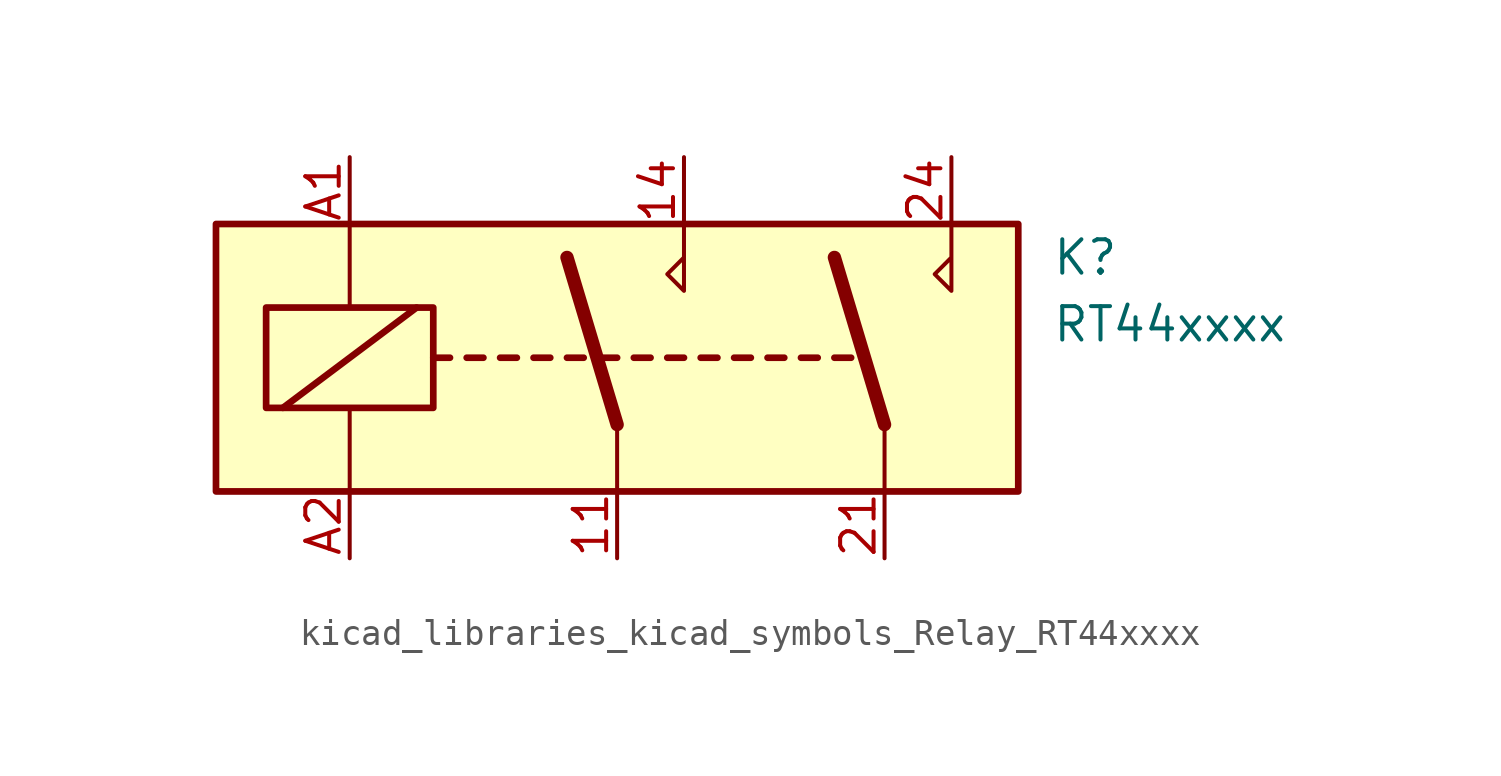
<source format=kicad_sym>
(kicad_symbol_lib
  (version 20220914)
  (generator kicad_symbol_editor)
  (symbol "kicad_libraries_kicad_symbols_Relay_RT44xxxx"
    (property "Reference" "K"
      (at 16.51 3.81 0)
      (effects (font (size 1.27 1.27)) (justify left)))
    (property "Value" "RT44xxxx"
      (at 16.51 1.27 0)
      (effects (font (size 1.27 1.27)) (justify left)))
    (symbol "kicad_libraries_kicad_symbols_Relay_RT44xxxx_0_1"
      (rectangle (start -15.24 5.08) (end 15.24 -5.08) (stroke (width 0.254) (type default)) (fill (type background)))
      (rectangle (start -13.335 1.905) (end -6.985 -1.905) (stroke (width 0.254) (type default)) (fill (type none)))
      (polyline (pts (xy -12.7 -1.905) (xy -7.62 1.905)) (stroke (width 0.254) (type default)) (fill (type none)))
      (polyline (pts (xy -10.16 -5.08) (xy -10.16 -1.905)) (stroke (width 0) (type default)) (fill (type none)))
      (polyline (pts (xy -10.16 5.08) (xy -10.16 1.905)) (stroke (width 0) (type default)) (fill (type none)))
      (polyline (pts (xy -6.985 0) (xy -6.35 0)) (stroke (width 0.254) (type default)) (fill (type none)))
      (polyline (pts (xy -5.715 0) (xy -5.08 0)) (stroke (width 0.254) (type default)) (fill (type none)))
      (polyline (pts (xy -4.445 0) (xy -3.81 0)) (stroke (width 0.254) (type default)) (fill (type none)))
      (polyline (pts (xy -3.175 0) (xy -2.54 0)) (stroke (width 0.254) (type default)) (fill (type none)))
      (polyline (pts (xy -1.905 0) (xy -1.27 0)) (stroke (width 0.254) (type default)) (fill (type none)))
      (polyline (pts (xy -0.635 0) (xy 0 0)) (stroke (width 0.254) (type default)) (fill (type none)))
      (polyline (pts (xy 0 -2.54) (xy -1.905 3.81)) (stroke (width 0.508) (type default)) (fill (type none)))
      (polyline (pts (xy 0 -2.54) (xy 0 -5.08)) (stroke (width 0) (type default)) (fill (type none)))
      (polyline (pts (xy 0.635 0) (xy 1.27 0)) (stroke (width 0.254) (type default)) (fill (type none)))
      (polyline (pts (xy 1.905 0) (xy 2.54 0)) (stroke (width 0.254) (type default)) (fill (type none)))
      (polyline (pts (xy 3.175 0) (xy 3.81 0)) (stroke (width 0.254) (type default)) (fill (type none)))
      (polyline (pts (xy 4.445 0) (xy 5.08 0)) (stroke (width 0.254) (type default)) (fill (type none)))
      (polyline (pts (xy 5.715 0) (xy 6.35 0)) (stroke (width 0.254) (type default)) (fill (type none)))
      (polyline (pts (xy 6.985 0) (xy 7.62 0)) (stroke (width 0.254) (type default)) (fill (type none)))
      (polyline (pts (xy 8.255 0) (xy 8.89 0)) (stroke (width 0.254) (type default)) (fill (type none)))
      (polyline (pts (xy 10.16 -2.54) (xy 8.255 3.81)) (stroke (width 0.508) (type default)) (fill (type none)))
      (polyline (pts (xy 10.16 -2.54) (xy 10.16 -5.08)) (stroke (width 0) (type default)) (fill (type none)))
      (polyline (pts (xy 2.54 5.08) (xy 2.54 2.54) (xy 1.905 3.175) (xy 2.54 3.81)) (stroke (width 0) (type default)) (fill (type none)))
      (polyline (pts (xy 12.7 5.08) (xy 12.7 2.54) (xy 12.065 3.175) (xy 12.7 3.81)) (stroke (width 0) (type default)) (fill (type none))))
    (symbol "kicad_libraries_kicad_symbols_Relay_RT44xxxx_1_1"
      (pin passive line (at 0 -7.62 90) (length 2.54) (name "~" (effects (font (size 1.27 1.27)))) (number "11" (effects (font (size 1.27 1.27)))))
      (pin passive line (at 2.54 7.62 270) (length 2.54) (name "~" (effects (font (size 1.27 1.27)))) (number "14" (effects (font (size 1.27 1.27)))))
      (pin passive line (at 10.16 -7.62 90) (length 2.54) (name "~" (effects (font (size 1.27 1.27)))) (number "21" (effects (font (size 1.27 1.27)))))
      (pin passive line (at 12.7 7.62 270) (length 2.54) (name "~" (effects (font (size 1.27 1.27)))) (number "24" (effects (font (size 1.27 1.27)))))
      (pin passive line (at -10.16 7.62 270) (length 2.54) (name "~" (effects (font (size 1.27 1.27)))) (number "A1" (effects (font (size 1.27 1.27)))))
      (pin passive line (at -10.16 -7.62 90) (length 2.54) (name "~" (effects (font (size 1.27 1.27)))) (number "A2" (effects (font (size 1.27 1.27))))))))
</source>
